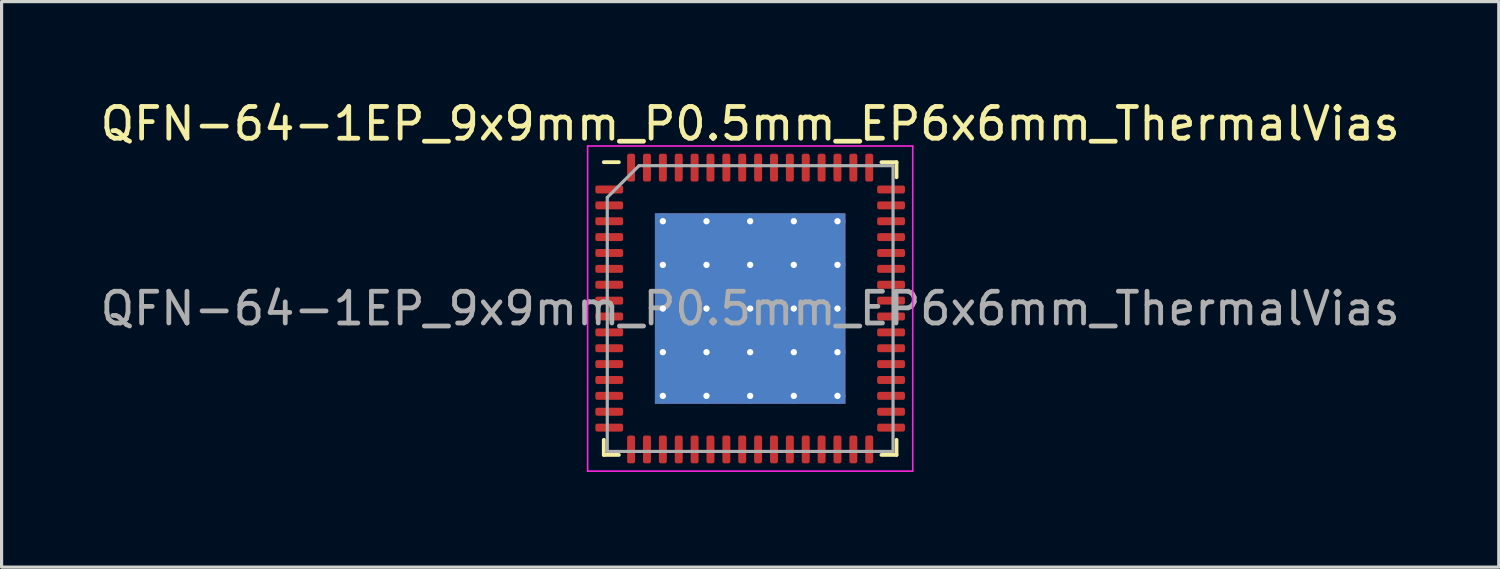
<source format=kicad_pcb>
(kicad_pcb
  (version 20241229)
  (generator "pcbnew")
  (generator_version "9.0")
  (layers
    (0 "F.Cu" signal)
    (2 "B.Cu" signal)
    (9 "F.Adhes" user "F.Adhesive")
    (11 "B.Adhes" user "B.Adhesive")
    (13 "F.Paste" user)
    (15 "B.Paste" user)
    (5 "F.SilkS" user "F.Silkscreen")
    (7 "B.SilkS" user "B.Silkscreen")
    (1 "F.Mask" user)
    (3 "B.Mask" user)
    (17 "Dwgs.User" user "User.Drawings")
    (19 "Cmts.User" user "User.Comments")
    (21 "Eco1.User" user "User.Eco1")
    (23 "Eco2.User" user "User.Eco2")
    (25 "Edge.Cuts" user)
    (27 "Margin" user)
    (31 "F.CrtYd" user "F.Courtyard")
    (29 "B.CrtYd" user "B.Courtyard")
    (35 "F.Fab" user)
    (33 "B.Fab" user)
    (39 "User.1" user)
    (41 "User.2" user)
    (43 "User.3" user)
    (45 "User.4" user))
  (footprint "QFN-64-1EP_9x9mm_P0.5mm_EP6x6mm_ThermalVias"
    (layer "F.Cu")
    (at 20.577 6.668)
    (property "Reference" "QFN-64-1EP_9x9mm_P0.5mm_EP6x6mm_ThermalVias" (at 0 -5.82 0) (layer "F.SilkS") (effects (font (size 1 1) (thickness 0.15))))
    (attr smd)
    (fp_line (start -4.61 4.61) (end -4.61 4.135) (stroke (width 0.12) (type solid)) (layer "F.SilkS"))
    (fp_line (start -4.135 -4.61) (end -4.61 -4.61) (stroke (width 0.12) (type solid)) (layer "F.SilkS"))
    (fp_line (start -4.135 4.61) (end -4.61 4.61) (stroke (width 0.12) (type solid)) (layer "F.SilkS"))
    (fp_line (start 4.135 -4.61) (end 4.61 -4.61) (stroke (width 0.12) (type solid)) (layer "F.SilkS"))
    (fp_line (start 4.135 4.61) (end 4.61 4.61) (stroke (width 0.12) (type solid)) (layer "F.SilkS"))
    (fp_line (start 4.61 -4.61) (end 4.61 -4.135) (stroke (width 0.12) (type solid)) (layer "F.SilkS"))
    (fp_line (start 4.61 4.61) (end 4.61 4.135) (stroke (width 0.12) (type solid)) (layer "F.SilkS"))
    (fp_line (start -5.12 -5.12) (end -5.12 5.12) (stroke (width 0.05) (type solid)) (layer "F.CrtYd"))
    (fp_line (start -5.12 5.12) (end 5.12 5.12) (stroke (width 0.05) (type solid)) (layer "F.CrtYd"))
    (fp_line (start 5.12 -5.12) (end -5.12 -5.12) (stroke (width 0.05) (type solid)) (layer "F.CrtYd"))
    (fp_line (start 5.12 5.12) (end 5.12 -5.12) (stroke (width 0.05) (type solid)) (layer "F.CrtYd"))
    (fp_line (start -4.5 -3.5) (end -3.5 -4.5) (stroke (width 0.1) (type solid)) (layer "F.Fab"))
    (fp_line (start -4.5 4.5) (end -4.5 -3.5) (stroke (width 0.1) (type solid)) (layer "F.Fab"))
    (fp_line (start -3.5 -4.5) (end 4.5 -4.5) (stroke (width 0.1) (type solid)) (layer "F.Fab"))
    (fp_line (start 4.5 -4.5) (end 4.5 4.5) (stroke (width 0.1) (type solid)) (layer "F.Fab"))
    (fp_line (start 4.5 4.5) (end -4.5 4.5) (stroke (width 0.1) (type solid)) (layer "F.Fab"))
    (fp_text user "${REFERENCE}" (at 0 0 0) (layer "F.Fab") (effects (font (size 1 1) (thickness 0.15))))
    (pad "" smd roundrect (at -2.062 -2.062) (size 1.209 1.209) (layers "F.Paste") (roundrect_rratio 0.207))
    (pad "" smd roundrect (at -2.062 -0.688) (size 1.209 1.209) (layers "F.Paste") (roundrect_rratio 0.207))
    (pad "" smd roundrect (at -2.062 0.688) (size 1.209 1.209) (layers "F.Paste") (roundrect_rratio 0.207))
    (pad "" smd roundrect (at -2.062 2.062) (size 1.209 1.209) (layers "F.Paste") (roundrect_rratio 0.207))
    (pad "" smd roundrect (at -0.688 -2.062) (size 1.209 1.209) (layers "F.Paste") (roundrect_rratio 0.207))
    (pad "" smd roundrect (at -0.688 -0.688) (size 1.209 1.209) (layers "F.Paste") (roundrect_rratio 0.207))
    (pad "" smd roundrect (at -0.688 0.688) (size 1.209 1.209) (layers "F.Paste") (roundrect_rratio 0.207))
    (pad "" smd roundrect (at -0.688 2.062) (size 1.209 1.209) (layers "F.Paste") (roundrect_rratio 0.207))
    (pad "" smd roundrect (at 0.688 -2.062) (size 1.209 1.209) (layers "F.Paste") (roundrect_rratio 0.207))
    (pad "" smd roundrect (at 0.688 -0.688) (size 1.209 1.209) (layers "F.Paste") (roundrect_rratio 0.207))
    (pad "" smd roundrect (at 0.688 0.688) (size 1.209 1.209) (layers "F.Paste") (roundrect_rratio 0.207))
    (pad "" smd roundrect (at 0.688 2.062) (size 1.209 1.209) (layers "F.Paste") (roundrect_rratio 0.207))
    (pad "" smd roundrect (at 2.062 -2.062) (size 1.209 1.209) (layers "F.Paste") (roundrect_rratio 0.207))
    (pad "" smd roundrect (at 2.062 -0.688) (size 1.209 1.209) (layers "F.Paste") (roundrect_rratio 0.207))
    (pad "" smd roundrect (at 2.062 0.688) (size 1.209 1.209) (layers "F.Paste") (roundrect_rratio 0.207))
    (pad "" smd roundrect (at 2.062 2.062) (size 1.209 1.209) (layers "F.Paste") (roundrect_rratio 0.207))
    (pad "1" smd roundrect (at -4.438 -3.75) (size 0.875 0.25) (layers "F.Cu" "F.Mask" "F.Paste") (roundrect_rratio 0.25))
    (pad "2" smd roundrect (at -4.438 -3.25) (size 0.875 0.25) (layers "F.Cu" "F.Mask" "F.Paste") (roundrect_rratio 0.25))
    (pad "3" smd roundrect (at -4.438 -2.75) (size 0.875 0.25) (layers "F.Cu" "F.Mask" "F.Paste") (roundrect_rratio 0.25))
    (pad "4" smd roundrect (at -4.438 -2.25) (size 0.875 0.25) (layers "F.Cu" "F.Mask" "F.Paste") (roundrect_rratio 0.25))
    (pad "5" smd roundrect (at -4.438 -1.75) (size 0.875 0.25) (layers "F.Cu" "F.Mask" "F.Paste") (roundrect_rratio 0.25))
    (pad "6" smd roundrect (at -4.438 -1.25) (size 0.875 0.25) (layers "F.Cu" "F.Mask" "F.Paste") (roundrect_rratio 0.25))
    (pad "7" smd roundrect (at -4.438 -0.75) (size 0.875 0.25) (layers "F.Cu" "F.Mask" "F.Paste") (roundrect_rratio 0.25))
    (pad "8" smd roundrect (at -4.438 -0.25) (size 0.875 0.25) (layers "F.Cu" "F.Mask" "F.Paste") (roundrect_rratio 0.25))
    (pad "9" smd roundrect (at -4.438 0.25) (size 0.875 0.25) (layers "F.Cu" "F.Mask" "F.Paste") (roundrect_rratio 0.25))
    (pad "10" smd roundrect (at -4.438 0.75) (size 0.875 0.25) (layers "F.Cu" "F.Mask" "F.Paste") (roundrect_rratio 0.25))
    (pad "11" smd roundrect (at -4.438 1.25) (size 0.875 0.25) (layers "F.Cu" "F.Mask" "F.Paste") (roundrect_rratio 0.25))
    (pad "12" smd roundrect (at -4.438 1.75) (size 0.875 0.25) (layers "F.Cu" "F.Mask" "F.Paste") (roundrect_rratio 0.25))
    (pad "13" smd roundrect (at -4.438 2.25) (size 0.875 0.25) (layers "F.Cu" "F.Mask" "F.Paste") (roundrect_rratio 0.25))
    (pad "14" smd roundrect (at -4.438 2.75) (size 0.875 0.25) (layers "F.Cu" "F.Mask" "F.Paste") (roundrect_rratio 0.25))
    (pad "15" smd roundrect (at -4.438 3.25) (size 0.875 0.25) (layers "F.Cu" "F.Mask" "F.Paste") (roundrect_rratio 0.25))
    (pad "16" smd roundrect (at -4.438 3.75) (size 0.875 0.25) (layers "F.Cu" "F.Mask" "F.Paste") (roundrect_rratio 0.25))
    (pad "17" smd roundrect (at -3.75 4.438) (size 0.25 0.875) (layers "F.Cu" "F.Mask" "F.Paste") (roundrect_rratio 0.25))
    (pad "18" smd roundrect (at -3.25 4.438) (size 0.25 0.875) (layers "F.Cu" "F.Mask" "F.Paste") (roundrect_rratio 0.25))
    (pad "19" smd roundrect (at -2.75 4.438) (size 0.25 0.875) (layers "F.Cu" "F.Mask" "F.Paste") (roundrect_rratio 0.25))
    (pad "20" smd roundrect (at -2.25 4.438) (size 0.25 0.875) (layers "F.Cu" "F.Mask" "F.Paste") (roundrect_rratio 0.25))
    (pad "21" smd roundrect (at -1.75 4.438) (size 0.25 0.875) (layers "F.Cu" "F.Mask" "F.Paste") (roundrect_rratio 0.25))
    (pad "22" smd roundrect (at -1.25 4.438) (size 0.25 0.875) (layers "F.Cu" "F.Mask" "F.Paste") (roundrect_rratio 0.25))
    (pad "23" smd roundrect (at -0.75 4.438) (size 0.25 0.875) (layers "F.Cu" "F.Mask" "F.Paste") (roundrect_rratio 0.25))
    (pad "24" smd roundrect (at -0.25 4.438) (size 0.25 0.875) (layers "F.Cu" "F.Mask" "F.Paste") (roundrect_rratio 0.25))
    (pad "25" smd roundrect (at 0.25 4.438) (size 0.25 0.875) (layers "F.Cu" "F.Mask" "F.Paste") (roundrect_rratio 0.25))
    (pad "26" smd roundrect (at 0.75 4.438) (size 0.25 0.875) (layers "F.Cu" "F.Mask" "F.Paste") (roundrect_rratio 0.25))
    (pad "27" smd roundrect (at 1.25 4.438) (size 0.25 0.875) (layers "F.Cu" "F.Mask" "F.Paste") (roundrect_rratio 0.25))
    (pad "28" smd roundrect (at 1.75 4.438) (size 0.25 0.875) (layers "F.Cu" "F.Mask" "F.Paste") (roundrect_rratio 0.25))
    (pad "29" smd roundrect (at 2.25 4.438) (size 0.25 0.875) (layers "F.Cu" "F.Mask" "F.Paste") (roundrect_rratio 0.25))
    (pad "30" smd roundrect (at 2.75 4.438) (size 0.25 0.875) (layers "F.Cu" "F.Mask" "F.Paste") (roundrect_rratio 0.25))
    (pad "31" smd roundrect (at 3.25 4.438) (size 0.25 0.875) (layers "F.Cu" "F.Mask" "F.Paste") (roundrect_rratio 0.25))
    (pad "32" smd roundrect (at 3.75 4.438) (size 0.25 0.875) (layers "F.Cu" "F.Mask" "F.Paste") (roundrect_rratio 0.25))
    (pad "33" smd roundrect (at 4.438 3.75) (size 0.875 0.25) (layers "F.Cu" "F.Mask" "F.Paste") (roundrect_rratio 0.25))
    (pad "34" smd roundrect (at 4.438 3.25) (size 0.875 0.25) (layers "F.Cu" "F.Mask" "F.Paste") (roundrect_rratio 0.25))
    (pad "35" smd roundrect (at 4.438 2.75) (size 0.875 0.25) (layers "F.Cu" "F.Mask" "F.Paste") (roundrect_rratio 0.25))
    (pad "36" smd roundrect (at 4.438 2.25) (size 0.875 0.25) (layers "F.Cu" "F.Mask" "F.Paste") (roundrect_rratio 0.25))
    (pad "37" smd roundrect (at 4.438 1.75) (size 0.875 0.25) (layers "F.Cu" "F.Mask" "F.Paste") (roundrect_rratio 0.25))
    (pad "38" smd roundrect (at 4.438 1.25) (size 0.875 0.25) (layers "F.Cu" "F.Mask" "F.Paste") (roundrect_rratio 0.25))
    (pad "39" smd roundrect (at 4.438 0.75) (size 0.875 0.25) (layers "F.Cu" "F.Mask" "F.Paste") (roundrect_rratio 0.25))
    (pad "40" smd roundrect (at 4.438 0.25) (size 0.875 0.25) (layers "F.Cu" "F.Mask" "F.Paste") (roundrect_rratio 0.25))
    (pad "41" smd roundrect (at 4.438 -0.25) (size 0.875 0.25) (layers "F.Cu" "F.Mask" "F.Paste") (roundrect_rratio 0.25))
    (pad "42" smd roundrect (at 4.438 -0.75) (size 0.875 0.25) (layers "F.Cu" "F.Mask" "F.Paste") (roundrect_rratio 0.25))
    (pad "43" smd roundrect (at 4.438 -1.25) (size 0.875 0.25) (layers "F.Cu" "F.Mask" "F.Paste") (roundrect_rratio 0.25))
    (pad "44" smd roundrect (at 4.438 -1.75) (size 0.875 0.25) (layers "F.Cu" "F.Mask" "F.Paste") (roundrect_rratio 0.25))
    (pad "45" smd roundrect (at 4.438 -2.25) (size 0.875 0.25) (layers "F.Cu" "F.Mask" "F.Paste") (roundrect_rratio 0.25))
    (pad "46" smd roundrect (at 4.438 -2.75) (size 0.875 0.25) (layers "F.Cu" "F.Mask" "F.Paste") (roundrect_rratio 0.25))
    (pad "47" smd roundrect (at 4.438 -3.25) (size 0.875 0.25) (layers "F.Cu" "F.Mask" "F.Paste") (roundrect_rratio 0.25))
    (pad "48" smd roundrect (at 4.438 -3.75) (size 0.875 0.25) (layers "F.Cu" "F.Mask" "F.Paste") (roundrect_rratio 0.25))
    (pad "49" smd roundrect (at 3.75 -4.438) (size 0.25 0.875) (layers "F.Cu" "F.Mask" "F.Paste") (roundrect_rratio 0.25))
    (pad "50" smd roundrect (at 3.25 -4.438) (size 0.25 0.875) (layers "F.Cu" "F.Mask" "F.Paste") (roundrect_rratio 0.25))
    (pad "51" smd roundrect (at 2.75 -4.438) (size 0.25 0.875) (layers "F.Cu" "F.Mask" "F.Paste") (roundrect_rratio 0.25))
    (pad "52" smd roundrect (at 2.25 -4.438) (size 0.25 0.875) (layers "F.Cu" "F.Mask" "F.Paste") (roundrect_rratio 0.25))
    (pad "53" smd roundrect (at 1.75 -4.438) (size 0.25 0.875) (layers "F.Cu" "F.Mask" "F.Paste") (roundrect_rratio 0.25))
    (pad "54" smd roundrect (at 1.25 -4.438) (size 0.25 0.875) (layers "F.Cu" "F.Mask" "F.Paste") (roundrect_rratio 0.25))
    (pad "55" smd roundrect (at 0.75 -4.438) (size 0.25 0.875) (layers "F.Cu" "F.Mask" "F.Paste") (roundrect_rratio 0.25))
    (pad "56" smd roundrect (at 0.25 -4.438) (size 0.25 0.875) (layers "F.Cu" "F.Mask" "F.Paste") (roundrect_rratio 0.25))
    (pad "57" smd roundrect (at -0.25 -4.438) (size 0.25 0.875) (layers "F.Cu" "F.Mask" "F.Paste") (roundrect_rratio 0.25))
    (pad "58" smd roundrect (at -0.75 -4.438) (size 0.25 0.875) (layers "F.Cu" "F.Mask" "F.Paste") (roundrect_rratio 0.25))
    (pad "59" smd roundrect (at -1.25 -4.438) (size 0.25 0.875) (layers "F.Cu" "F.Mask" "F.Paste") (roundrect_rratio 0.25))
    (pad "60" smd roundrect (at -1.75 -4.438) (size 0.25 0.875) (layers "F.Cu" "F.Mask" "F.Paste") (roundrect_rratio 0.25))
    (pad "61" smd roundrect (at -2.25 -4.438) (size 0.25 0.875) (layers "F.Cu" "F.Mask" "F.Paste") (roundrect_rratio 0.25))
    (pad "62" smd roundrect (at -2.75 -4.438) (size 0.25 0.875) (layers "F.Cu" "F.Mask" "F.Paste") (roundrect_rratio 0.25))
    (pad "63" smd roundrect (at -3.25 -4.438) (size 0.25 0.875) (layers "F.Cu" "F.Mask" "F.Paste") (roundrect_rratio 0.25))
    (pad "64" smd roundrect (at -3.75 -4.438) (size 0.25 0.875) (layers "F.Cu" "F.Mask" "F.Paste") (roundrect_rratio 0.25))
    (pad "65" thru_hole circle (at -2.75 -2.75) (size 0.5 0.5) (drill 0.2) (layers "*.Cu"))
    (pad "65" thru_hole circle (at -2.75 -1.375) (size 0.5 0.5) (drill 0.2) (layers "*.Cu"))
    (pad "65" thru_hole circle (at -2.75 0) (size 0.5 0.5) (drill 0.2) (layers "*.Cu"))
    (pad "65" thru_hole circle (at -2.75 1.375) (size 0.5 0.5) (drill 0.2) (layers "*.Cu"))
    (pad "65" thru_hole circle (at -2.75 2.75) (size 0.5 0.5) (drill 0.2) (layers "*.Cu"))
    (pad "65" thru_hole circle (at -1.375 -2.75) (size 0.5 0.5) (drill 0.2) (layers "*.Cu"))
    (pad "65" thru_hole circle (at -1.375 -1.375) (size 0.5 0.5) (drill 0.2) (layers "*.Cu"))
    (pad "65" thru_hole circle (at -1.375 0) (size 0.5 0.5) (drill 0.2) (layers "*.Cu"))
    (pad "65" thru_hole circle (at -1.375 1.375) (size 0.5 0.5) (drill 0.2) (layers "*.Cu"))
    (pad "65" thru_hole circle (at -1.375 2.75) (size 0.5 0.5) (drill 0.2) (layers "*.Cu"))
    (pad "65" thru_hole circle (at 0 -2.75) (size 0.5 0.5) (drill 0.2) (layers "*.Cu"))
    (pad "65" thru_hole circle (at 0 -1.375) (size 0.5 0.5) (drill 0.2) (layers "*.Cu"))
    (pad "65" thru_hole circle (at 0 0) (size 0.5 0.5) (drill 0.2) (layers "*.Cu"))
    (pad "65" smd rect (at 0 0) (size 6 6) (layers "F.Cu" "F.Mask"))
    (pad "65" smd rect (at 0 0) (size 6 6) (layers "B.Cu"))
    (pad "65" thru_hole circle (at 0 1.375) (size 0.5 0.5) (drill 0.2) (layers "*.Cu"))
    (pad "65" thru_hole circle (at 0 2.75) (size 0.5 0.5) (drill 0.2) (layers "*.Cu"))
    (pad "65" thru_hole circle (at 1.375 -2.75) (size 0.5 0.5) (drill 0.2) (layers "*.Cu"))
    (pad "65" thru_hole circle (at 1.375 -1.375) (size 0.5 0.5) (drill 0.2) (layers "*.Cu"))
    (pad "65" thru_hole circle (at 1.375 0) (size 0.5 0.5) (drill 0.2) (layers "*.Cu"))
    (pad "65" thru_hole circle (at 1.375 1.375) (size 0.5 0.5) (drill 0.2) (layers "*.Cu"))
    (pad "65" thru_hole circle (at 1.375 2.75) (size 0.5 0.5) (drill 0.2) (layers "*.Cu"))
    (pad "65" thru_hole circle (at 2.75 -2.75) (size 0.5 0.5) (drill 0.2) (layers "*.Cu"))
    (pad "65" thru_hole circle (at 2.75 -1.375) (size 0.5 0.5) (drill 0.2) (layers "*.Cu"))
    (pad "65" thru_hole circle (at 2.75 0) (size 0.5 0.5) (drill 0.2) (layers "*.Cu"))
    (pad "65" thru_hole circle (at 2.75 1.375) (size 0.5 0.5) (drill 0.2) (layers "*.Cu"))
    (pad "65" thru_hole circle (at 2.75 2.75) (size 0.5 0.5) (drill 0.2) (layers "*.Cu")))
  (gr_rect
    (start -3 -3)
    (end 44.155 14.813)
    (stroke (width 0.1) (type default))
    (fill no)
    (layer "Edge.Cuts")))
</source>
